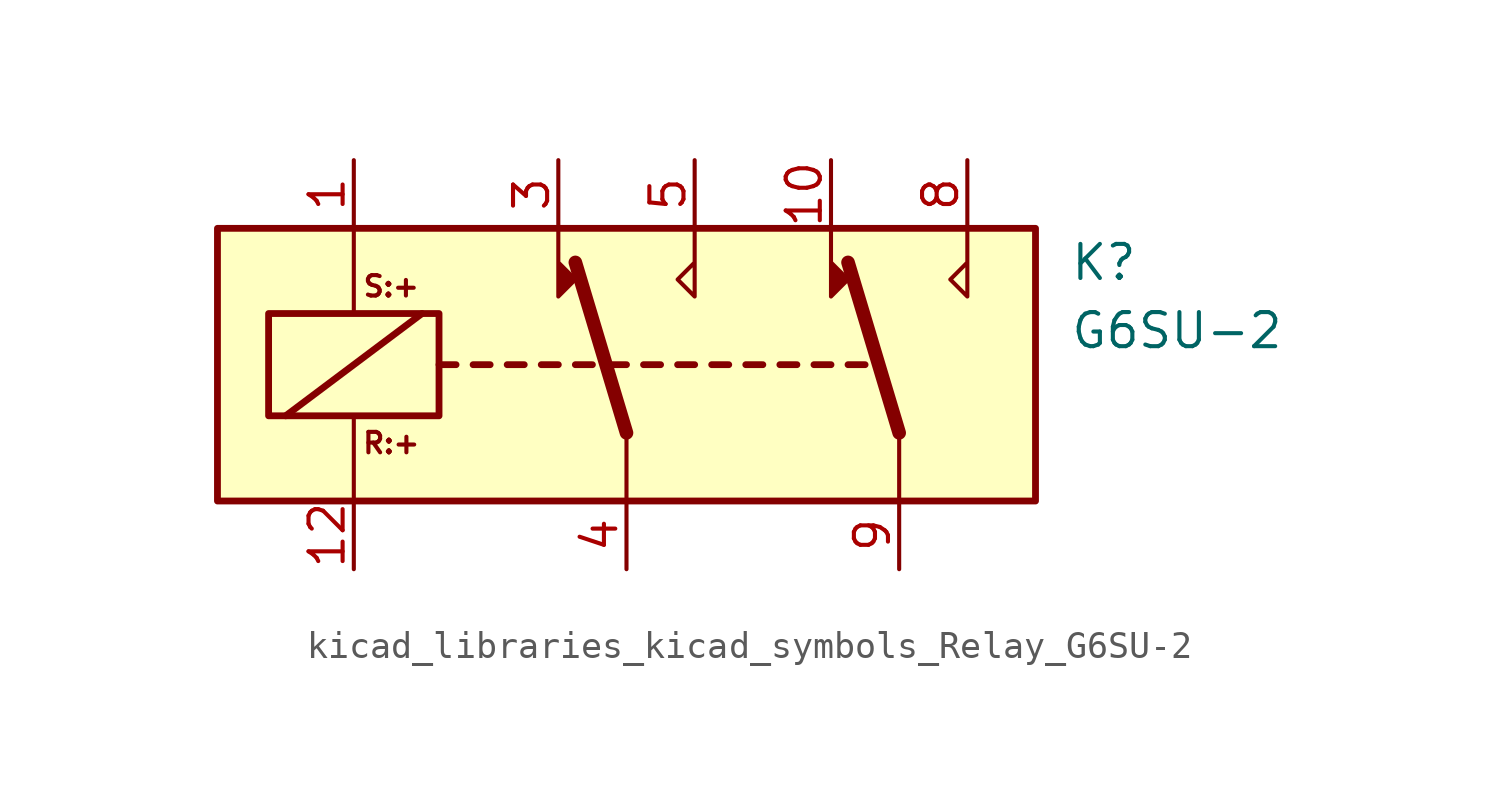
<source format=kicad_sym>
(kicad_symbol_lib
  (version 20220914)
  (generator kicad_symbol_editor)
  (symbol "kicad_libraries_kicad_symbols_Relay_G6SU-2"
    (property "Reference" "K"
      (at 16.51 3.81 0)
      (effects (font (size 1.27 1.27)) (justify left)))
    (property "Value" "G6SU-2"
      (at 16.51 1.27 0)
      (effects (font (size 1.27 1.27)) (justify left)))
    (symbol "kicad_libraries_kicad_symbols_Relay_G6SU-2_0_0"
      (text "R:+" (at -8.763 -2.921 0) (effects (font (size 0.762 0.762))))
      (text "S:+" (at -8.763 2.921 0) (effects (font (size 0.762 0.762)))))
    (symbol "kicad_libraries_kicad_symbols_Relay_G6SU-2_0_1"
      (rectangle (start -15.24 5.08) (end 15.24 -5.08) (stroke (width 0.254) (type default)) (fill (type background)))
      (rectangle (start -13.335 1.905) (end -6.985 -1.905) (stroke (width 0.254) (type default)) (fill (type none)))
      (polyline (pts (xy -12.7 -1.905) (xy -7.62 1.905)) (stroke (width 0.254) (type default)) (fill (type none)))
      (polyline (pts (xy -10.16 -5.08) (xy -10.16 -1.905)) (stroke (width 0) (type default)) (fill (type none)))
      (polyline (pts (xy -10.16 5.08) (xy -10.16 1.905)) (stroke (width 0) (type default)) (fill (type none)))
      (polyline (pts (xy -6.985 0) (xy -6.35 0)) (stroke (width 0.254) (type default)) (fill (type none)))
      (polyline (pts (xy -5.715 0) (xy -5.08 0)) (stroke (width 0.254) (type default)) (fill (type none)))
      (polyline (pts (xy -4.445 0) (xy -3.81 0)) (stroke (width 0.254) (type default)) (fill (type none)))
      (polyline (pts (xy -3.175 0) (xy -2.54 0)) (stroke (width 0.254) (type default)) (fill (type none)))
      (polyline (pts (xy -1.905 0) (xy -1.27 0)) (stroke (width 0.254) (type default)) (fill (type none)))
      (polyline (pts (xy -0.635 0) (xy 0 0)) (stroke (width 0.254) (type default)) (fill (type none)))
      (polyline (pts (xy 0 -2.54) (xy -1.905 3.81)) (stroke (width 0.508) (type default)) (fill (type none)))
      (polyline (pts (xy 0 -2.54) (xy 0 -5.08)) (stroke (width 0) (type default)) (fill (type none)))
      (polyline (pts (xy 0.635 0) (xy 1.27 0)) (stroke (width 0.254) (type default)) (fill (type none)))
      (polyline (pts (xy 1.905 0) (xy 2.54 0)) (stroke (width 0.254) (type default)) (fill (type none)))
      (polyline (pts (xy 3.175 0) (xy 3.81 0)) (stroke (width 0.254) (type default)) (fill (type none)))
      (polyline (pts (xy 4.445 0) (xy 5.08 0)) (stroke (width 0.254) (type default)) (fill (type none)))
      (polyline (pts (xy 5.715 0) (xy 6.35 0)) (stroke (width 0.254) (type default)) (fill (type none)))
      (polyline (pts (xy 6.985 0) (xy 7.62 0)) (stroke (width 0.254) (type default)) (fill (type none)))
      (polyline (pts (xy 8.255 0) (xy 8.89 0)) (stroke (width 0.254) (type default)) (fill (type none)))
      (polyline (pts (xy 10.16 -2.54) (xy 8.255 3.81)) (stroke (width 0.508) (type default)) (fill (type none)))
      (polyline (pts (xy 10.16 -2.54) (xy 10.16 -5.08)) (stroke (width 0) (type default)) (fill (type none)))
      (polyline (pts (xy -2.54 5.08) (xy -2.54 2.54) (xy -1.905 3.175) (xy -2.54 3.81)) (stroke (width 0) (type default)) (fill (type outline)))
      (polyline (pts (xy 2.54 5.08) (xy 2.54 2.54) (xy 1.905 3.175) (xy 2.54 3.81)) (stroke (width 0) (type default)) (fill (type none)))
      (polyline (pts (xy 7.62 5.08) (xy 7.62 2.54) (xy 8.255 3.175) (xy 7.62 3.81)) (stroke (width 0) (type default)) (fill (type outline)))
      (polyline (pts (xy 12.7 5.08) (xy 12.7 2.54) (xy 12.065 3.175) (xy 12.7 3.81)) (stroke (width 0) (type default)) (fill (type none))))
    (symbol "kicad_libraries_kicad_symbols_Relay_G6SU-2_1_1"
      (pin passive line (at -10.16 7.62 270) (length 2.54) (name "~" (effects (font (size 1.27 1.27)))) (number "1" (effects (font (size 1.27 1.27)))))
      (pin passive line (at 7.62 7.62 270) (length 2.54) (name "~" (effects (font (size 1.27 1.27)))) (number "10" (effects (font (size 1.27 1.27)))))
      (pin passive line (at -10.16 -7.62 90) (length 2.54) (name "~" (effects (font (size 1.27 1.27)))) (number "12" (effects (font (size 1.27 1.27)))))
      (pin passive line (at -2.54 7.62 270) (length 2.54) (name "~" (effects (font (size 1.27 1.27)))) (number "3" (effects (font (size 1.27 1.27)))))
      (pin passive line (at 0 -7.62 90) (length 2.54) (name "~" (effects (font (size 1.27 1.27)))) (number "4" (effects (font (size 1.27 1.27)))))
      (pin passive line (at 2.54 7.62 270) (length 2.54) (name "~" (effects (font (size 1.27 1.27)))) (number "5" (effects (font (size 1.27 1.27)))))
      (pin passive line (at 12.7 7.62 270) (length 2.54) (name "~" (effects (font (size 1.27 1.27)))) (number "8" (effects (font (size 1.27 1.27)))))
      (pin passive line (at 10.16 -7.62 90) (length 2.54) (name "~" (effects (font (size 1.27 1.27)))) (number "9" (effects (font (size 1.27 1.27))))))))
</source>
